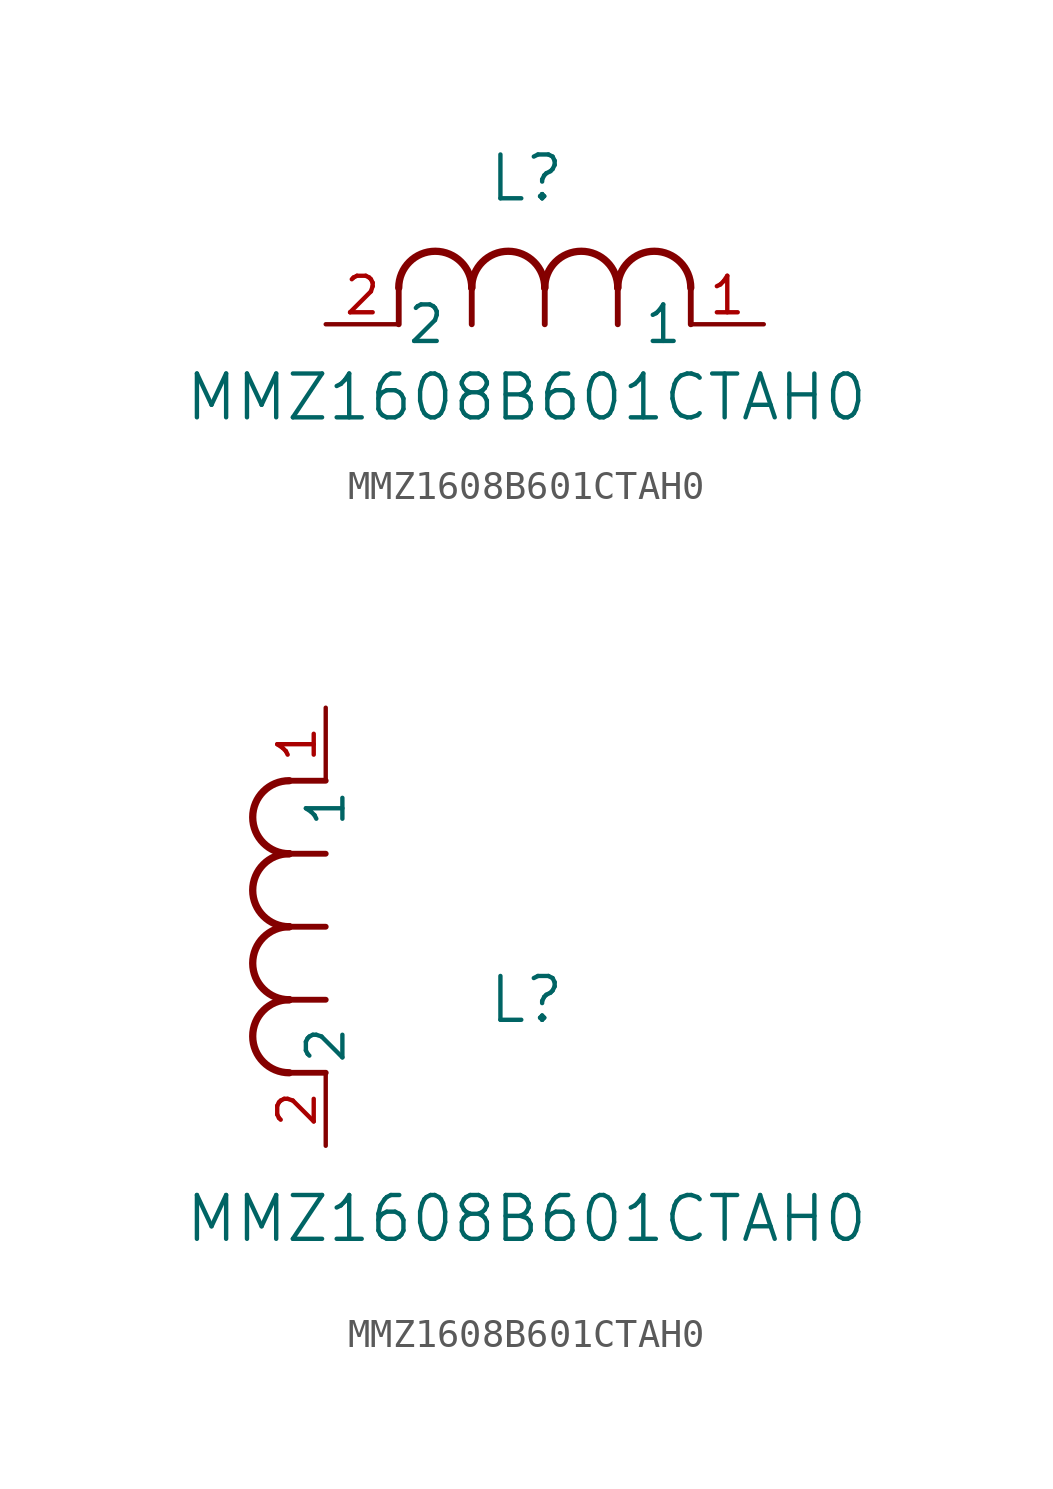
<source format=kicad_sym>
(kicad_symbol_lib
  (version 20211014)
  (generator kicad_symbol_editor)
  (symbol "MMZ1608B601CTAH0"
    (pin_names
      (offset 0.254))
    (property "Reference" "L"
      (at 6.985 5.08 0)
      (effects (font (size 1.524 1.524))))
    (property "Value" "MMZ1608B601CTAH0"
      (at 6.985 -2.54 0)
      (effects (font (size 1.524 1.524))))
    (symbol "MMZ1608B601CTAH0_1_1"
      (arc (start 7.62 1.27) (mid 6.35 2.54) (end 5.08 1.27) (stroke (width 0.254) (type default) (color 0 0 0 0)) (fill (type none)))
      (polyline (pts (xy 5.08 0) (xy 5.08 1.27)) (stroke (width 0.203) (type default) (color 0 0 0 0)) (fill (type none)))
      (polyline (pts (xy 7.62 0) (xy 7.62 1.27)) (stroke (width 0.203) (type default) (color 0 0 0 0)) (fill (type none)))
      (polyline (pts (xy 12.7 0) (xy 12.7 1.27)) (stroke (width 0.203) (type default) (color 0 0 0 0)) (fill (type none)))
      (arc (start 5.08 1.27) (mid 3.81 2.54) (end 2.54 1.27) (stroke (width 0.254) (type default) (color 0 0 0 0)) (fill (type none)))
      (arc (start 10.16 1.27) (mid 8.89 2.54) (end 7.62 1.27) (stroke (width 0.254) (type default) (color 0 0 0 0)) (fill (type none)))
      (arc (start 12.7 1.27) (mid 11.43 2.54) (end 10.16 1.27) (stroke (width 0.254) (type default) (color 0 0 0 0)) (fill (type none)))
      (polyline (pts (xy 2.54 0) (xy 2.54 1.27)) (stroke (width 0.203) (type default) (color 0 0 0 0)) (fill (type none)))
      (polyline (pts (xy 10.16 0) (xy 10.16 1.27)) (stroke (width 0.203) (type default) (color 0 0 0 0)) (fill (type none)))
      (pin unspecified line (at 0 0 0) (length 2.54) (name "2" (effects (font (size 1.27 1.27)))) (number "2" (effects (font (size 1.27 1.27)))))
      (pin unspecified line (at 15.24 0 180) (length 2.54) (name "1" (effects (font (size 1.27 1.27)))) (number "1" (effects (font (size 1.27 1.27))))))
    (symbol "MMZ1608B601CTAH0_1_2"
      (arc (start -1.27 7.62) (mid -2.54 6.35) (end -1.27 5.08) (stroke (width 0.254) (type default) (color 0 0 0 0)) (fill (type none)))
      (arc (start -1.27 5.08) (mid -2.54 3.81) (end -1.27 2.54) (stroke (width 0.254) (type default) (color 0 0 0 0)) (fill (type none)))
      (arc (start -1.27 12.7) (mid -2.54 11.43) (end -1.27 10.16) (stroke (width 0.254) (type default) (color 0 0 0 0)) (fill (type none)))
      (arc (start -1.27 10.16) (mid -2.54 8.89) (end -1.27 7.62) (stroke (width 0.254) (type default) (color 0 0 0 0)) (fill (type none)))
      (polyline (pts (xy 0 7.62) (xy -1.27 7.62)) (stroke (width 0.203) (type default) (color 0 0 0 0)) (fill (type none)))
      (polyline (pts (xy 0 5.08) (xy -1.27 5.08)) (stroke (width 0.203) (type default) (color 0 0 0 0)) (fill (type none)))
      (polyline (pts (xy 0 12.7) (xy -1.27 12.7)) (stroke (width 0.203) (type default) (color 0 0 0 0)) (fill (type none)))
      (polyline (pts (xy 0 2.54) (xy -1.27 2.54)) (stroke (width 0.203) (type default) (color 0 0 0 0)) (fill (type none)))
      (polyline (pts (xy 0 10.16) (xy -1.27 10.16)) (stroke (width 0.203) (type default) (color 0 0 0 0)) (fill (type none)))
      (pin unspecified line (at 0 0 90) (length 2.54) (name "2" (effects (font (size 1.27 1.27)))) (number "2" (effects (font (size 1.27 1.27)))))
      (pin unspecified line (at 0 15.24 270) (length 2.54) (name "1" (effects (font (size 1.27 1.27)))) (number "1" (effects (font (size 1.27 1.27))))))))
</source>
